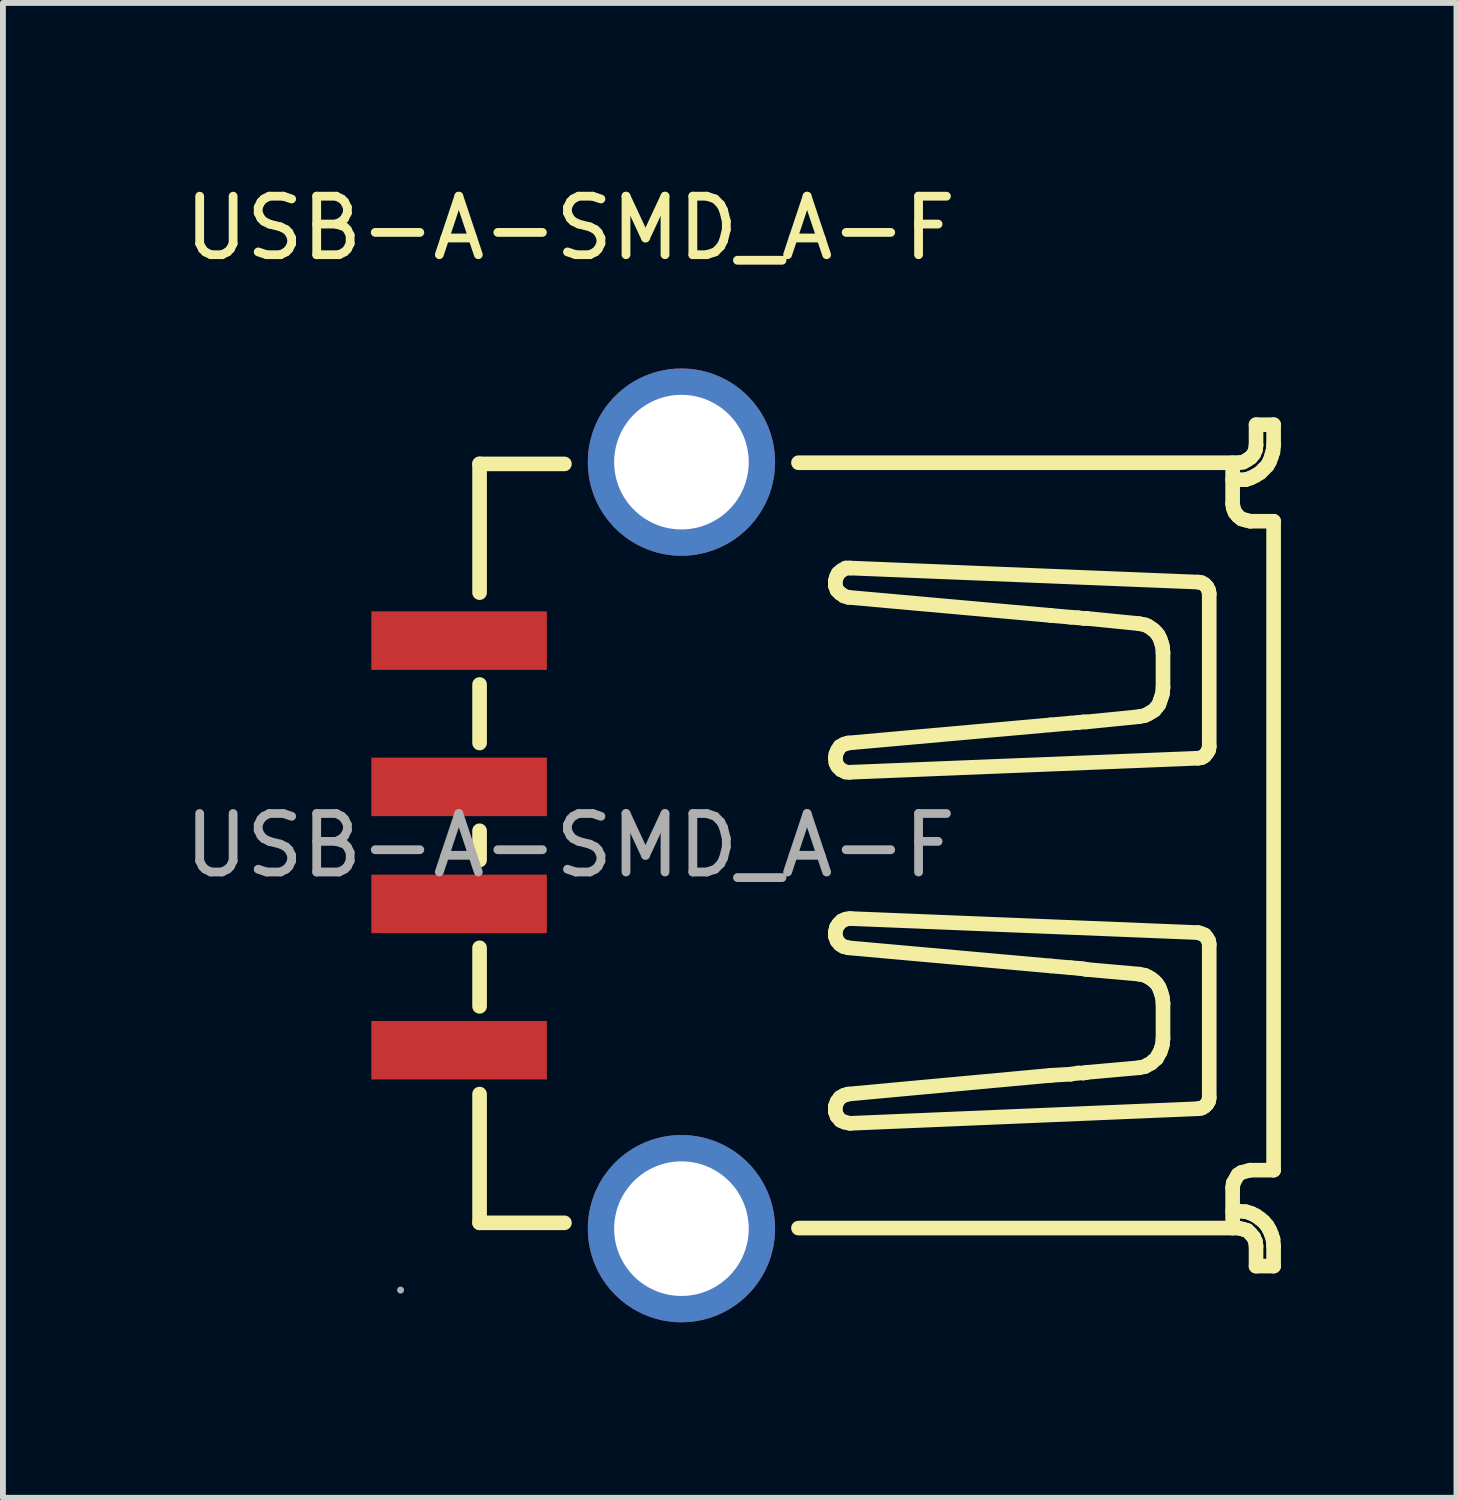
<source format=kicad_pcb>
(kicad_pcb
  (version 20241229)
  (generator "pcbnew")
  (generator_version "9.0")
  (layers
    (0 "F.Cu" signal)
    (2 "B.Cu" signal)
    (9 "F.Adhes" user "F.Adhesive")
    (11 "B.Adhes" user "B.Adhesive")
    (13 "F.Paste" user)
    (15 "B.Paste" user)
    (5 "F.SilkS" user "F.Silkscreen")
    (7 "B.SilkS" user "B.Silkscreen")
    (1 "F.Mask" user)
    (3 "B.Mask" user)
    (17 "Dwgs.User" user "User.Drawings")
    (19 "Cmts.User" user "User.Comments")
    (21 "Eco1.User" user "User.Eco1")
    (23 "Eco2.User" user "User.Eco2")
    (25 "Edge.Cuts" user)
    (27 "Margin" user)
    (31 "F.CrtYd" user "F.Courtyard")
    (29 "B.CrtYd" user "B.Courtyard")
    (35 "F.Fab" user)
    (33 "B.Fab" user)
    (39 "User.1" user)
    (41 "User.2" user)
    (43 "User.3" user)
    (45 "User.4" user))
  (footprint "USB-A-SMD_A-F"
    (layer "F.Cu")
    (at 6.696 11.398)
    (property "Reference" "USB-A-SMD_A-F" (at 0 -10.55 0) (layer "F.SilkS") (effects (font (size 1 1) (thickness 0.15))))
    (attr through_hole)
    (fp_line (start -1.55 -6.52) (end -0.1 -6.52) (stroke (width 0.25) (type solid)) (layer "F.SilkS"))
    (fp_line (start -1.55 -4.32) (end -1.55 -6.52) (stroke (width 0.25) (type solid)) (layer "F.SilkS"))
    (fp_line (start -1.55 -2.75) (end -1.55 -1.75) (stroke (width 0.25) (type solid)) (layer "F.SilkS"))
    (fp_line (start -1.55 -0.25) (end -1.55 0.25) (stroke (width 0.25) (type solid)) (layer "F.SilkS"))
    (fp_line (start -1.55 1.75) (end -1.55 2.75) (stroke (width 0.25) (type solid)) (layer "F.SilkS"))
    (fp_line (start -1.55 6.45) (end -1.55 4.25) (stroke (width 0.25) (type solid)) (layer "F.SilkS"))
    (fp_line (start -1.55 6.45) (end -0.1 6.45) (stroke (width 0.25) (type solid)) (layer "F.SilkS"))
    (fp_line (start 4.53 -4.52) (end 4.53 -4.44) (stroke (width 0.25) (type solid)) (layer "F.SilkS"))
    (fp_line (start 4.53 -4.44) (end 4.56 -4.36) (stroke (width 0.25) (type solid)) (layer "F.SilkS"))
    (fp_line (start 4.53 -1.49) (end 4.54 -1.41) (stroke (width 0.25) (type solid)) (layer "F.SilkS"))
    (fp_line (start 4.53 1.48) (end 4.53 1.55) (stroke (width 0.25) (type solid)) (layer "F.SilkS"))
    (fp_line (start 4.53 1.55) (end 4.56 1.63) (stroke (width 0.25) (type solid)) (layer "F.SilkS"))
    (fp_line (start 4.53 4.46) (end 4.53 4.55) (stroke (width 0.25) (type solid)) (layer "F.SilkS"))
    (fp_line (start 4.53 4.55) (end 4.56 4.63) (stroke (width 0.25) (type solid)) (layer "F.SilkS"))
    (fp_line (start 4.54 -1.56) (end 4.53 -1.49) (stroke (width 0.25) (type solid)) (layer "F.SilkS"))
    (fp_line (start 4.54 -1.41) (end 4.57 -1.35) (stroke (width 0.25) (type solid)) (layer "F.SilkS"))
    (fp_line (start 4.55 -4.59) (end 4.53 -4.52) (stroke (width 0.25) (type solid)) (layer "F.SilkS"))
    (fp_line (start 4.55 1.4) (end 4.53 1.48) (stroke (width 0.25) (type solid)) (layer "F.SilkS"))
    (fp_line (start 4.56 -4.36) (end 4.61 -4.31) (stroke (width 0.25) (type solid)) (layer "F.SilkS"))
    (fp_line (start 4.56 1.63) (end 4.61 1.69) (stroke (width 0.25) (type solid)) (layer "F.SilkS"))
    (fp_line (start 4.56 4.38) (end 4.53 4.46) (stroke (width 0.25) (type solid)) (layer "F.SilkS"))
    (fp_line (start 4.56 4.63) (end 4.62 4.7) (stroke (width 0.25) (type solid)) (layer "F.SilkS"))
    (fp_line (start 4.57 -1.63) (end 4.54 -1.56) (stroke (width 0.25) (type solid)) (layer "F.SilkS"))
    (fp_line (start 4.57 -1.35) (end 4.63 -1.29) (stroke (width 0.25) (type solid)) (layer "F.SilkS"))
    (fp_line (start 4.58 -4.65) (end 4.55 -4.59) (stroke (width 0.25) (type solid)) (layer "F.SilkS"))
    (fp_line (start 4.59 1.34) (end 4.55 1.4) (stroke (width 0.25) (type solid)) (layer "F.SilkS"))
    (fp_line (start 4.61 -4.31) (end 4.67 -4.27) (stroke (width 0.25) (type solid)) (layer "F.SilkS"))
    (fp_line (start 4.61 -1.69) (end 4.57 -1.63) (stroke (width 0.25) (type solid)) (layer "F.SilkS"))
    (fp_line (start 4.61 1.69) (end 4.67 1.73) (stroke (width 0.25) (type solid)) (layer "F.SilkS"))
    (fp_line (start 4.61 4.31) (end 4.56 4.38) (stroke (width 0.25) (type solid)) (layer "F.SilkS"))
    (fp_line (start 4.62 4.7) (end 4.69 4.73) (stroke (width 0.25) (type solid)) (layer "F.SilkS"))
    (fp_line (start 4.63 -1.29) (end 4.7 -1.26) (stroke (width 0.25) (type solid)) (layer "F.SilkS"))
    (fp_line (start 4.64 -4.7) (end 4.58 -4.65) (stroke (width 0.25) (type solid)) (layer "F.SilkS"))
    (fp_line (start 4.64 1.29) (end 4.59 1.34) (stroke (width 0.25) (type solid)) (layer "F.SilkS"))
    (fp_line (start 4.68 -4.26) (end 4.75 -4.24) (stroke (width 0.25) (type solid)) (layer "F.SilkS"))
    (fp_line (start 4.68 -1.73) (end 4.61 -1.69) (stroke (width 0.25) (type solid)) (layer "F.SilkS"))
    (fp_line (start 4.68 1.73) (end 4.75 1.75) (stroke (width 0.25) (type solid)) (layer "F.SilkS"))
    (fp_line (start 4.68 4.27) (end 4.61 4.31) (stroke (width 0.25) (type solid)) (layer "F.SilkS"))
    (fp_line (start 4.69 4.73) (end 4.78 4.75) (stroke (width 0.25) (type solid)) (layer "F.SilkS"))
    (fp_line (start 4.71 -4.74) (end 4.64 -4.7) (stroke (width 0.25) (type solid)) (layer "F.SilkS"))
    (fp_line (start 4.71 -1.25) (end 4.78 -1.25) (stroke (width 0.25) (type solid)) (layer "F.SilkS"))
    (fp_line (start 4.71 1.26) (end 4.64 1.29) (stroke (width 0.25) (type solid)) (layer "F.SilkS"))
    (fp_line (start 4.75 -1.75) (end 4.68 -1.73) (stroke (width 0.25) (type solid)) (layer "F.SilkS"))
    (fp_line (start 4.75 4.25) (end 4.68 4.27) (stroke (width 0.25) (type solid)) (layer "F.SilkS"))
    (fp_line (start 4.78 -4.74) (end 4.71 -4.74) (stroke (width 0.25) (type solid)) (layer "F.SilkS"))
    (fp_line (start 4.78 -4.74) (end 10.73 -4.5) (stroke (width 0.25) (type solid)) (layer "F.SilkS"))
    (fp_line (start 4.78 1.25) (end 4.71 1.26) (stroke (width 0.25) (type solid)) (layer "F.SilkS"))
    (fp_line (start 4.78 4.75) (end 10.73 4.5) (stroke (width 0.25) (type solid)) (layer "F.SilkS"))
    (fp_line (start 8.21 -3.93) (end 4.75 -4.24) (stroke (width 0.25) (type solid)) (layer "F.SilkS"))
    (fp_line (start 8.21 -3.93) (end 8.55 -3.9) (stroke (width 0.25) (type solid)) (layer "F.SilkS"))
    (fp_line (start 8.21 -2.06) (end 4.75 -1.75) (stroke (width 0.25) (type solid)) (layer "F.SilkS"))
    (fp_line (start 8.21 -2.06) (end 8.55 -2.09) (stroke (width 0.25) (type solid)) (layer "F.SilkS"))
    (fp_line (start 8.21 2.06) (end 4.75 1.75) (stroke (width 0.25) (type solid)) (layer "F.SilkS"))
    (fp_line (start 8.21 2.06) (end 8.55 2.09) (stroke (width 0.25) (type solid)) (layer "F.SilkS"))
    (fp_line (start 8.21 3.93) (end 4.75 4.25) (stroke (width 0.25) (type solid)) (layer "F.SilkS"))
    (fp_line (start 8.21 3.93) (end 8.55 3.91) (stroke (width 0.25) (type solid)) (layer "F.SilkS"))
    (fp_line (start 8.55 -3.9) (end 8.68 -3.89) (stroke (width 0.25) (type solid)) (layer "F.SilkS"))
    (fp_line (start 8.55 -2.09) (end 8.68 -2.1) (stroke (width 0.25) (type solid)) (layer "F.SilkS"))
    (fp_line (start 8.55 2.09) (end 8.68 2.1) (stroke (width 0.25) (type solid)) (layer "F.SilkS"))
    (fp_line (start 8.55 3.91) (end 8.68 3.89) (stroke (width 0.25) (type solid)) (layer "F.SilkS"))
    (fp_line (start 8.77 -3.88) (end 8.68 -3.89) (stroke (width 0.25) (type solid)) (layer "F.SilkS"))
    (fp_line (start 8.77 -2.11) (end 8.68 -2.1) (stroke (width 0.25) (type solid)) (layer "F.SilkS"))
    (fp_line (start 8.77 2.11) (end 8.68 2.1) (stroke (width 0.25) (type solid)) (layer "F.SilkS"))
    (fp_line (start 8.77 3.89) (end 8.68 3.89) (stroke (width 0.25) (type solid)) (layer "F.SilkS"))
    (fp_line (start 8.82 -3.88) (end 8.77 -3.88) (stroke (width 0.25) (type solid)) (layer "F.SilkS"))
    (fp_line (start 8.82 -3.88) (end 9.72 -3.79) (stroke (width 0.25) (type solid)) (layer "F.SilkS"))
    (fp_line (start 8.82 -2.11) (end 8.77 -2.11) (stroke (width 0.25) (type solid)) (layer "F.SilkS"))
    (fp_line (start 8.82 -2.11) (end 9.72 -2.2) (stroke (width 0.25) (type solid)) (layer "F.SilkS"))
    (fp_line (start 8.82 2.12) (end 8.77 2.11) (stroke (width 0.25) (type solid)) (layer "F.SilkS"))
    (fp_line (start 8.82 2.12) (end 9.72 2.2) (stroke (width 0.25) (type solid)) (layer "F.SilkS"))
    (fp_line (start 8.82 3.88) (end 8.77 3.89) (stroke (width 0.25) (type solid)) (layer "F.SilkS"))
    (fp_line (start 8.82 3.88) (end 9.72 3.8) (stroke (width 0.25) (type solid)) (layer "F.SilkS"))
    (fp_line (start 9.72 -3.79) (end 9.82 -3.77) (stroke (width 0.25) (type solid)) (layer "F.SilkS"))
    (fp_line (start 9.72 3.8) (end 9.82 3.78) (stroke (width 0.25) (type solid)) (layer "F.SilkS"))
    (fp_line (start 9.82 -3.77) (end 9.87 -3.75) (stroke (width 0.25) (type solid)) (layer "F.SilkS"))
    (fp_line (start 9.82 -2.22) (end 9.72 -2.2) (stroke (width 0.25) (type solid)) (layer "F.SilkS"))
    (fp_line (start 9.82 2.22) (end 9.72 2.2) (stroke (width 0.25) (type solid)) (layer "F.SilkS"))
    (fp_line (start 9.82 3.78) (end 9.87 3.75) (stroke (width 0.25) (type solid)) (layer "F.SilkS"))
    (fp_line (start 9.87 -3.75) (end 9.93 -3.71) (stroke (width 0.25) (type solid)) (layer "F.SilkS"))
    (fp_line (start 9.87 3.75) (end 9.93 3.72) (stroke (width 0.25) (type solid)) (layer "F.SilkS"))
    (fp_line (start 9.88 -2.25) (end 9.82 -2.22) (stroke (width 0.25) (type solid)) (layer "F.SilkS"))
    (fp_line (start 9.88 2.25) (end 9.82 2.22) (stroke (width 0.25) (type solid)) (layer "F.SilkS"))
    (fp_line (start 9.93 -3.71) (end 9.97 -3.68) (stroke (width 0.25) (type solid)) (layer "F.SilkS"))
    (fp_line (start 9.93 -2.28) (end 9.88 -2.25) (stroke (width 0.25) (type solid)) (layer "F.SilkS"))
    (fp_line (start 9.93 2.28) (end 9.88 2.25) (stroke (width 0.25) (type solid)) (layer "F.SilkS"))
    (fp_line (start 9.93 3.72) (end 9.97 3.68) (stroke (width 0.25) (type solid)) (layer "F.SilkS"))
    (fp_line (start 9.97 -3.68) (end 10.02 -3.63) (stroke (width 0.25) (type solid)) (layer "F.SilkS"))
    (fp_line (start 9.97 3.68) (end 10.02 3.64) (stroke (width 0.25) (type solid)) (layer "F.SilkS"))
    (fp_line (start 9.98 -2.31) (end 9.93 -2.28) (stroke (width 0.25) (type solid)) (layer "F.SilkS"))
    (fp_line (start 9.98 2.32) (end 9.93 2.28) (stroke (width 0.25) (type solid)) (layer "F.SilkS"))
    (fp_line (start 10.02 -3.63) (end 10.05 -3.59) (stroke (width 0.25) (type solid)) (layer "F.SilkS"))
    (fp_line (start 10.02 -2.36) (end 9.98 -2.31) (stroke (width 0.25) (type solid)) (layer "F.SilkS"))
    (fp_line (start 10.02 2.36) (end 9.98 2.32) (stroke (width 0.25) (type solid)) (layer "F.SilkS"))
    (fp_line (start 10.02 3.64) (end 10.05 3.58) (stroke (width 0.25) (type solid)) (layer "F.SilkS"))
    (fp_line (start 10.05 -3.59) (end 10.08 -3.53) (stroke (width 0.25) (type solid)) (layer "F.SilkS"))
    (fp_line (start 10.05 3.58) (end 10.08 3.53) (stroke (width 0.25) (type solid)) (layer "F.SilkS"))
    (fp_line (start 10.06 -2.41) (end 10.02 -2.36) (stroke (width 0.25) (type solid)) (layer "F.SilkS"))
    (fp_line (start 10.06 2.42) (end 10.02 2.36) (stroke (width 0.25) (type solid)) (layer "F.SilkS"))
    (fp_line (start 10.08 -3.53) (end 10.1 -3.47) (stroke (width 0.25) (type solid)) (layer "F.SilkS"))
    (fp_line (start 10.08 -2.47) (end 10.06 -2.41) (stroke (width 0.25) (type solid)) (layer "F.SilkS"))
    (fp_line (start 10.08 2.47) (end 10.06 2.42) (stroke (width 0.25) (type solid)) (layer "F.SilkS"))
    (fp_line (start 10.08 3.53) (end 10.1 3.47) (stroke (width 0.25) (type solid)) (layer "F.SilkS"))
    (fp_line (start 10.1 -3.47) (end 10.12 -3.4) (stroke (width 0.25) (type solid)) (layer "F.SilkS"))
    (fp_line (start 10.1 -2.53) (end 10.08 -2.47) (stroke (width 0.25) (type solid)) (layer "F.SilkS"))
    (fp_line (start 10.1 2.53) (end 10.08 2.47) (stroke (width 0.25) (type solid)) (layer "F.SilkS"))
    (fp_line (start 10.1 3.47) (end 10.12 3.41) (stroke (width 0.25) (type solid)) (layer "F.SilkS"))
    (fp_line (start 10.12 -3.4) (end 10.13 -3.29) (stroke (width 0.25) (type solid)) (layer "F.SilkS"))
    (fp_line (start 10.12 -2.59) (end 10.1 -2.53) (stroke (width 0.25) (type solid)) (layer "F.SilkS"))
    (fp_line (start 10.12 2.6) (end 10.1 2.53) (stroke (width 0.25) (type solid)) (layer "F.SilkS"))
    (fp_line (start 10.12 3.4) (end 10.13 3.3) (stroke (width 0.25) (type solid)) (layer "F.SilkS"))
    (fp_line (start 10.13 -2.7) (end 10.12 -2.59) (stroke (width 0.25) (type solid)) (layer "F.SilkS"))
    (fp_line (start 10.13 -2.7) (end 10.13 -3.29) (stroke (width 0.25) (type solid)) (layer "F.SilkS"))
    (fp_line (start 10.13 2.7) (end 10.12 2.6) (stroke (width 0.25) (type solid)) (layer "F.SilkS"))
    (fp_line (start 10.13 2.7) (end 10.13 3.3) (stroke (width 0.25) (type solid)) (layer "F.SilkS"))
    (fp_line (start 10.73 -1.49) (end 4.78 -1.25) (stroke (width 0.25) (type solid)) (layer "F.SilkS"))
    (fp_line (start 10.73 -1.49) (end 10.79 -1.5) (stroke (width 0.25) (type solid)) (layer "F.SilkS"))
    (fp_line (start 10.73 1.49) (end 4.78 1.25) (stroke (width 0.25) (type solid)) (layer "F.SilkS"))
    (fp_line (start 10.73 4.5) (end 10.79 4.49) (stroke (width 0.25) (type solid)) (layer "F.SilkS"))
    (fp_line (start 10.79 -4.49) (end 10.73 -4.5) (stroke (width 0.25) (type solid)) (layer "F.SilkS"))
    (fp_line (start 10.79 -1.5) (end 10.84 -1.53) (stroke (width 0.25) (type solid)) (layer "F.SilkS"))
    (fp_line (start 10.79 1.51) (end 10.73 1.49) (stroke (width 0.25) (type solid)) (layer "F.SilkS"))
    (fp_line (start 10.79 4.49) (end 10.84 4.46) (stroke (width 0.25) (type solid)) (layer "F.SilkS"))
    (fp_line (start 10.84 -4.46) (end 10.79 -4.49) (stroke (width 0.25) (type solid)) (layer "F.SilkS"))
    (fp_line (start 10.84 -1.53) (end 10.88 -1.58) (stroke (width 0.25) (type solid)) (layer "F.SilkS"))
    (fp_line (start 10.84 1.53) (end 10.79 1.51) (stroke (width 0.25) (type solid)) (layer "F.SilkS"))
    (fp_line (start 10.84 4.46) (end 10.88 4.42) (stroke (width 0.25) (type solid)) (layer "F.SilkS"))
    (fp_line (start 10.88 -4.42) (end 10.84 -4.46) (stroke (width 0.25) (type solid)) (layer "F.SilkS"))
    (fp_line (start 10.88 -1.58) (end 10.91 -1.63) (stroke (width 0.25) (type solid)) (layer "F.SilkS"))
    (fp_line (start 10.88 1.58) (end 10.84 1.53) (stroke (width 0.25) (type solid)) (layer "F.SilkS"))
    (fp_line (start 10.88 4.42) (end 10.91 4.37) (stroke (width 0.25) (type solid)) (layer "F.SilkS"))
    (fp_line (start 10.91 -4.36) (end 10.88 -4.42) (stroke (width 0.25) (type solid)) (layer "F.SilkS"))
    (fp_line (start 10.91 -1.63) (end 10.92 -1.69) (stroke (width 0.25) (type solid)) (layer "F.SilkS"))
    (fp_line (start 10.91 1.63) (end 10.88 1.58) (stroke (width 0.25) (type solid)) (layer "F.SilkS"))
    (fp_line (start 10.91 4.37) (end 10.92 4.31) (stroke (width 0.25) (type solid)) (layer "F.SilkS"))
    (fp_line (start 10.92 -4.3) (end 10.91 -4.36) (stroke (width 0.25) (type solid)) (layer "F.SilkS"))
    (fp_line (start 10.92 -4.3) (end 10.92 -1.69) (stroke (width 0.25) (type solid)) (layer "F.SilkS"))
    (fp_line (start 10.92 1.69) (end 10.91 1.63) (stroke (width 0.25) (type solid)) (layer "F.SilkS"))
    (fp_line (start 10.92 4.31) (end 10.92 1.69) (stroke (width 0.25) (type solid)) (layer "F.SilkS"))
    (fp_line (start 11.32 -6.25) (end 11.42 -6.25) (stroke (width 0.25) (type solid)) (layer "F.SilkS"))
    (fp_line (start 11.32 -5.84) (end 11.32 -6.54) (stroke (width 0.25) (type solid)) (layer "F.SilkS"))
    (fp_line (start 11.32 -5.84) (end 11.33 -5.77) (stroke (width 0.25) (type solid)) (layer "F.SilkS"))
    (fp_line (start 11.32 5.85) (end 11.32 6.54) (stroke (width 0.25) (type solid)) (layer "F.SilkS"))
    (fp_line (start 11.32 6.25) (end 11.42 6.25) (stroke (width 0.25) (type solid)) (layer "F.SilkS"))
    (fp_line (start 11.33 -5.77) (end 11.36 -5.69) (stroke (width 0.25) (type solid)) (layer "F.SilkS"))
    (fp_line (start 11.33 5.77) (end 11.32 5.85) (stroke (width 0.25) (type solid)) (layer "F.SilkS"))
    (fp_line (start 11.36 -5.69) (end 11.41 -5.63) (stroke (width 0.25) (type solid)) (layer "F.SilkS"))
    (fp_line (start 11.41 -5.63) (end 11.47 -5.58) (stroke (width 0.25) (type solid)) (layer "F.SilkS"))
    (fp_line (start 11.41 5.63) (end 11.33 5.77) (stroke (width 0.25) (type solid)) (layer "F.SilkS"))
    (fp_line (start 11.42 -6.54) (end 3.9 -6.54) (stroke (width 0.25) (type solid)) (layer "F.SilkS"))
    (fp_line (start 11.42 -6.54) (end 11.5 -6.55) (stroke (width 0.25) (type solid)) (layer "F.SilkS"))
    (fp_line (start 11.42 -6.25) (end 11.54 -6.25) (stroke (width 0.25) (type solid)) (layer "F.SilkS"))
    (fp_line (start 11.42 6.54) (end 3.9 6.54) (stroke (width 0.25) (type solid)) (layer "F.SilkS"))
    (fp_line (start 11.47 -5.58) (end 11.54 -5.56) (stroke (width 0.25) (type solid)) (layer "F.SilkS"))
    (fp_line (start 11.47 5.59) (end 11.41 5.63) (stroke (width 0.25) (type solid)) (layer "F.SilkS"))
    (fp_line (start 11.5 -6.55) (end 11.57 -6.59) (stroke (width 0.25) (type solid)) (layer "F.SilkS"))
    (fp_line (start 11.5 6.56) (end 11.42 6.54) (stroke (width 0.25) (type solid)) (layer "F.SilkS"))
    (fp_line (start 11.54 -6.25) (end 11.63 -6.28) (stroke (width 0.25) (type solid)) (layer "F.SilkS"))
    (fp_line (start 11.54 -5.56) (end 11.62 -5.54) (stroke (width 0.25) (type solid)) (layer "F.SilkS"))
    (fp_line (start 11.54 6.26) (end 11.42 6.25) (stroke (width 0.25) (type solid)) (layer "F.SilkS"))
    (fp_line (start 11.57 -6.59) (end 11.63 -6.63) (stroke (width 0.25) (type solid)) (layer "F.SilkS"))
    (fp_line (start 11.57 6.58) (end 11.5 6.56) (stroke (width 0.25) (type solid)) (layer "F.SilkS"))
    (fp_line (start 11.62 5.55) (end 11.47 5.59) (stroke (width 0.25) (type solid)) (layer "F.SilkS"))
    (fp_line (start 11.63 -6.63) (end 11.68 -6.69) (stroke (width 0.25) (type solid)) (layer "F.SilkS"))
    (fp_line (start 11.63 -6.28) (end 11.71 -6.32) (stroke (width 0.25) (type solid)) (layer "F.SilkS"))
    (fp_line (start 11.63 6.64) (end 11.57 6.58) (stroke (width 0.25) (type solid)) (layer "F.SilkS"))
    (fp_line (start 11.64 6.29) (end 11.55 6.26) (stroke (width 0.25) (type solid)) (layer "F.SilkS"))
    (fp_line (start 11.68 -6.69) (end 11.71 -6.76) (stroke (width 0.25) (type solid)) (layer "F.SilkS"))
    (fp_line (start 11.68 6.7) (end 11.63 6.64) (stroke (width 0.25) (type solid)) (layer "F.SilkS"))
    (fp_line (start 11.71 -6.76) (end 11.72 -6.84) (stroke (width 0.25) (type solid)) (layer "F.SilkS"))
    (fp_line (start 11.71 -6.32) (end 11.79 -6.37) (stroke (width 0.25) (type solid)) (layer "F.SilkS"))
    (fp_line (start 11.71 6.77) (end 11.68 6.7) (stroke (width 0.25) (type solid)) (layer "F.SilkS"))
    (fp_line (start 11.72 -7.19) (end 11.72 -6.84) (stroke (width 0.25) (type solid)) (layer "F.SilkS"))
    (fp_line (start 11.72 -7.19) (end 12.02 -7.19) (stroke (width 0.25) (type solid)) (layer "F.SilkS"))
    (fp_line (start 11.72 6.33) (end 11.64 6.29) (stroke (width 0.25) (type solid)) (layer "F.SilkS"))
    (fp_line (start 11.72 6.85) (end 11.71 6.77) (stroke (width 0.25) (type solid)) (layer "F.SilkS"))
    (fp_line (start 11.72 7.19) (end 11.72 6.85) (stroke (width 0.25) (type solid)) (layer "F.SilkS"))
    (fp_line (start 11.79 -6.37) (end 11.85 -6.43) (stroke (width 0.25) (type solid)) (layer "F.SilkS"))
    (fp_line (start 11.79 6.38) (end 11.72 6.33) (stroke (width 0.25) (type solid)) (layer "F.SilkS"))
    (fp_line (start 11.85 -6.43) (end 11.91 -6.49) (stroke (width 0.25) (type solid)) (layer "F.SilkS"))
    (fp_line (start 11.85 6.43) (end 11.79 6.38) (stroke (width 0.25) (type solid)) (layer "F.SilkS"))
    (fp_line (start 11.91 -6.49) (end 11.95 -6.56) (stroke (width 0.25) (type solid)) (layer "F.SilkS"))
    (fp_line (start 11.91 6.5) (end 11.85 6.43) (stroke (width 0.25) (type solid)) (layer "F.SilkS"))
    (fp_line (start 11.95 -6.56) (end 11.98 -6.64) (stroke (width 0.25) (type solid)) (layer "F.SilkS"))
    (fp_line (start 11.95 6.57) (end 11.91 6.5) (stroke (width 0.25) (type solid)) (layer "F.SilkS"))
    (fp_line (start 11.98 -6.64) (end 12 -6.72) (stroke (width 0.25) (type solid)) (layer "F.SilkS"))
    (fp_line (start 11.98 6.64) (end 11.95 6.57) (stroke (width 0.25) (type solid)) (layer "F.SilkS"))
    (fp_line (start 12.01 -6.72) (end 12.02 -6.84) (stroke (width 0.25) (type solid)) (layer "F.SilkS"))
    (fp_line (start 12.01 6.73) (end 11.98 6.64) (stroke (width 0.25) (type solid)) (layer "F.SilkS"))
    (fp_line (start 12.02 -6.84) (end 12.02 -7.19) (stroke (width 0.25) (type solid)) (layer "F.SilkS"))
    (fp_line (start 12.02 -5.54) (end 11.62 -5.54) (stroke (width 0.25) (type solid)) (layer "F.SilkS"))
    (fp_line (start 12.02 5.55) (end 11.62 5.55) (stroke (width 0.25) (type solid)) (layer "F.SilkS"))
    (fp_line (start 12.02 5.55) (end 12.02 -5.54) (stroke (width 0.25) (type solid)) (layer "F.SilkS"))
    (fp_line (start 12.02 6.85) (end 12.01 6.73) (stroke (width 0.25) (type solid)) (layer "F.SilkS"))
    (fp_line (start 12.02 6.85) (end 12.02 7.19) (stroke (width 0.25) (type solid)) (layer "F.SilkS"))
    (fp_line (start 12.02 7.19) (end 11.72 7.19) (stroke (width 0.25) (type solid)) (layer "F.SilkS"))
    (fp_circle (center 1.9 -6.55) (end 2.7 -6.55) (stroke (width 1.6) (type solid)) (fill no) (layer "F.Paste"))
    (fp_circle (center 1.9 6.55) (end 2.7 6.55) (stroke (width 1.6) (type solid)) (fill no) (layer "F.Paste"))
    (fp_circle (center -2.9 7.6) (end -2.87 7.6) (stroke (width 0.06) (type solid)) (fill no) (layer "F.Fab"))
    (fp_circle (center 1.9 -6.55) (end 2.43 -6.55) (stroke (width 1.05) (type solid)) (fill no) (layer "F.Fab"))
    (fp_circle (center 1.9 6.55) (end 2.43 6.55) (stroke (width 1.05) (type solid)) (fill no) (layer "F.Fab"))
    (fp_text user "${REFERENCE}" (at 0 0 0) (layer "F.Fab") (effects (font (size 1 1) (thickness 0.15))))
    (pad "1" smd rect (at -1.9 3.5 180) (size 3 1) (layers "F.Cu" "F.Mask" "F.Paste"))
    (pad "2" smd rect (at -1.9 1 180) (size 3 1) (layers "F.Cu" "F.Mask" "F.Paste"))
    (pad "3" smd rect (at -1.9 -1 180) (size 3 1) (layers "F.Cu" "F.Mask" "F.Paste"))
    (pad "4" smd rect (at -1.9 -3.5 180) (size 3 1) (layers "F.Cu" "F.Mask" "F.Paste"))
    (pad "SH1" thru_hole circle (at 1.9 -6.55) (size 3.2 3.2) (drill 2.3) (layers "*.Cu" "*.Paste" "*.Mask"))
    (pad "SH2" thru_hole circle (at 1.9 6.55) (size 3.2 3.2) (drill 2.3) (layers "*.Cu" "*.Paste" "*.Mask")))
  (gr_rect
    (start -3 -3)
    (end 21.841 22.548)
    (stroke (width 0.1) (type default))
    (fill no)
    (layer "Edge.Cuts")))
</source>
